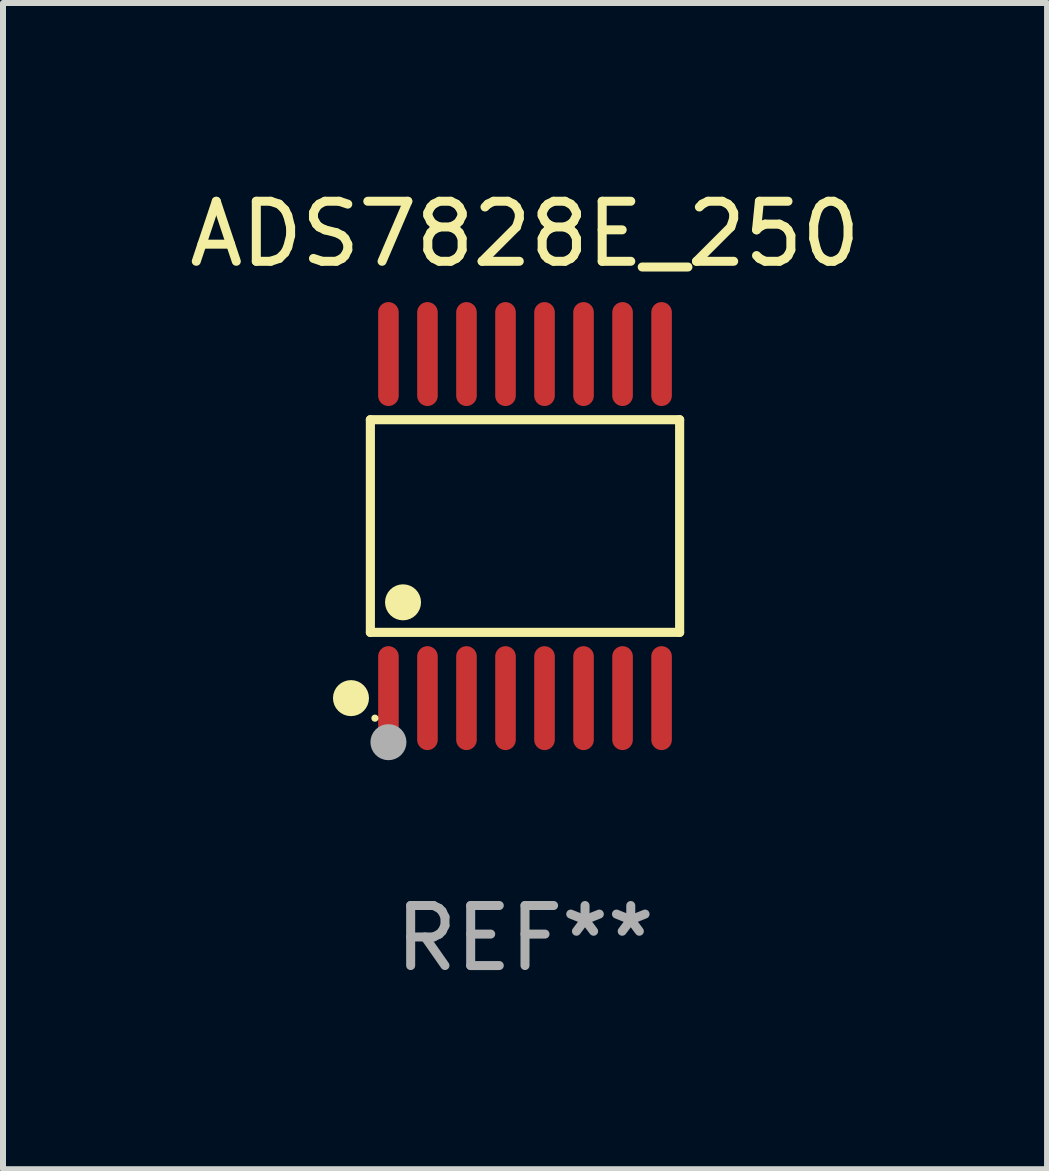
<source format=kicad_pcb>
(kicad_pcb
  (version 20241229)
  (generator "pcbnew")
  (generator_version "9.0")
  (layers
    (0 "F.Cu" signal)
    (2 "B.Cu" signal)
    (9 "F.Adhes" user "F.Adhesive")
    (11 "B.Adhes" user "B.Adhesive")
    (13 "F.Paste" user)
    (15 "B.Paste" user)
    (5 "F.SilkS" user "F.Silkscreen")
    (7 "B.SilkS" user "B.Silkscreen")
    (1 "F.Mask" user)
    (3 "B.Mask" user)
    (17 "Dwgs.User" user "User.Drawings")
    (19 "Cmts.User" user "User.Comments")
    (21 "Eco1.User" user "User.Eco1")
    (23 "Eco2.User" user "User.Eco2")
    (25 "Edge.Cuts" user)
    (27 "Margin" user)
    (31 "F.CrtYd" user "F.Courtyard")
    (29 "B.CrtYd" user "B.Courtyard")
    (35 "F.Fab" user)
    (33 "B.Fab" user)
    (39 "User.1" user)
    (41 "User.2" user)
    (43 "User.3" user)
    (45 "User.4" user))
  (footprint "ADS7828E_250"
    (layer "F.Cu")
    (at 5.696 5.714)
    (property "Reference" "ADS7828E_250" (at 0 -4.866 0) (layer "F.SilkS") (effects (font (size 1 1) (thickness 0.15))))
    (attr through_hole)
    (fp_line (start -2.576 -1.772) (end 2.576 -1.772) (stroke (width 0.152) (type solid)) (layer "F.SilkS"))
    (fp_line (start -2.576 1.771) (end -2.576 -1.772) (stroke (width 0.152) (type solid)) (layer "F.SilkS"))
    (fp_line (start 2.576 -1.772) (end 2.576 1.771) (stroke (width 0.152) (type solid)) (layer "F.SilkS"))
    (fp_line (start 2.576 1.771) (end -2.576 1.771) (stroke (width 0.152) (type solid)) (layer "F.SilkS"))
    (fp_circle (center -2.899 2.866) (end -2.749 2.866) (stroke (width 0.3) (type solid)) (fill no) (layer "F.SilkS"))
    (fp_circle (center -2.5 3.2) (end -2.47 3.2) (stroke (width 0.06) (type solid)) (fill no) (layer "F.SilkS"))
    (fp_circle (center -2.032 1.27) (end -1.882 1.27) (stroke (width 0.3) (type solid)) (fill no) (layer "F.SilkS"))
    (fp_circle (center -2.275 3.6) (end -2.125 3.6) (stroke (width 0.3) (type solid)) (fill no) (layer "F.Fab"))
    (fp_text user "REF**" (at 0 6.866 0) (layer "F.Fab") (effects (font (size 1 1) (thickness 0.15))))
    (pad "1" smd oval (at -2.275 2.866) (size 0.343 1.731) (layers "F.Cu" "F.Mask" "F.Paste"))
    (pad "2" smd oval (at -1.625 2.866) (size 0.343 1.731) (layers "F.Cu" "F.Mask" "F.Paste"))
    (pad "3" smd oval (at -0.975 2.866) (size 0.343 1.731) (layers "F.Cu" "F.Mask" "F.Paste"))
    (pad "4" smd oval (at -0.325 2.866) (size 0.343 1.731) (layers "F.Cu" "F.Mask" "F.Paste"))
    (pad "5" smd oval (at 0.325 2.866) (size 0.343 1.731) (layers "F.Cu" "F.Mask" "F.Paste"))
    (pad "6" smd oval (at 0.975 2.866) (size 0.343 1.731) (layers "F.Cu" "F.Mask" "F.Paste"))
    (pad "7" smd oval (at 1.625 2.866) (size 0.343 1.731) (layers "F.Cu" "F.Mask" "F.Paste"))
    (pad "8" smd oval (at 2.275 2.866) (size 0.343 1.731) (layers "F.Cu" "F.Mask" "F.Paste"))
    (pad "9" smd oval (at 2.275 -2.866) (size 0.343 1.731) (layers "F.Cu" "F.Mask" "F.Paste"))
    (pad "10" smd oval (at 1.625 -2.866) (size 0.343 1.731) (layers "F.Cu" "F.Mask" "F.Paste"))
    (pad "11" smd oval (at 0.975 -2.866) (size 0.343 1.731) (layers "F.Cu" "F.Mask" "F.Paste"))
    (pad "12" smd oval (at 0.325 -2.866) (size 0.343 1.731) (layers "F.Cu" "F.Mask" "F.Paste"))
    (pad "13" smd oval (at -0.325 -2.866) (size 0.343 1.731) (layers "F.Cu" "F.Mask" "F.Paste"))
    (pad "14" smd oval (at -0.975 -2.866) (size 0.343 1.731) (layers "F.Cu" "F.Mask" "F.Paste"))
    (pad "15" smd oval (at -1.625 -2.866) (size 0.343 1.731) (layers "F.Cu" "F.Mask" "F.Paste"))
    (pad "16" smd oval (at -2.275 -2.866) (size 0.343 1.731) (layers "F.Cu" "F.Mask" "F.Paste")))
  (gr_rect
    (start -3 -3)
    (end 14.393 16.428)
    (stroke (width 0.1) (type default))
    (fill no)
    (layer "Edge.Cuts")))
</source>
